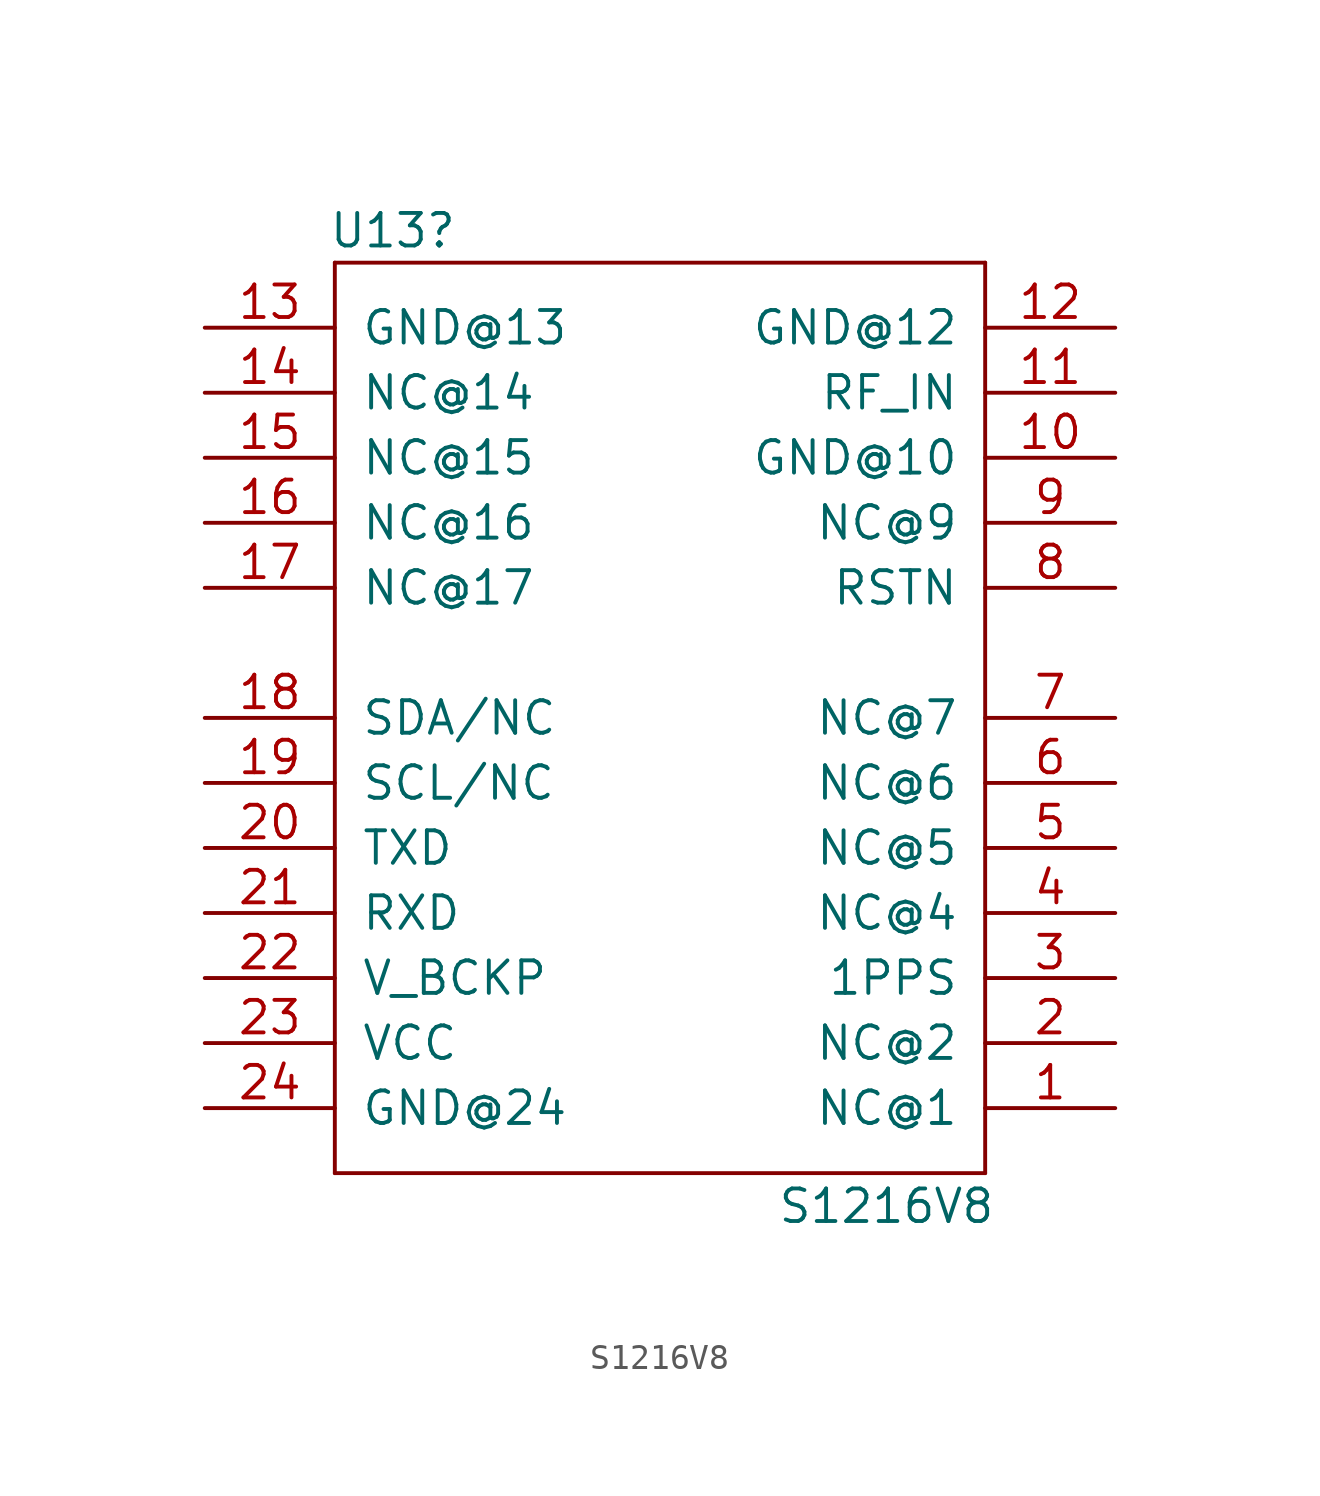
<source format=kicad_sym>
(kicad_symbol_lib
  (version 20231120)
  (generator "kicad_symbol_editor")
  (generator_version "8.0")
  (symbol "S1216V8"
    (pin_names
      (offset 1.016))
    (property "Reference" "U13"
      (at -12.954 18.288 0)
      (effects (font (size 1.27 1.27)) (justify left bottom)))
    (property "Value" "S1216V8"
      (at 4.572 -19.812 0)
      (effects (font (size 1.27 1.27)) (justify left bottom)))
    (property "ki_locked" ""
      (at 0 0 0)
      (effects (font (size 1.27 1.27))))
    (symbol "S1216V8_1_0"
      (polyline (pts (xy -12.7 -17.78) (xy 12.7 -17.78)) (stroke (width 0) (type solid)) (fill (type none)))
      (polyline (pts (xy -12.7 17.78) (xy -12.7 -17.78)) (stroke (width 0) (type solid)) (fill (type none)))
      (polyline (pts (xy 12.7 -17.78) (xy 12.7 17.78)) (stroke (width 0) (type solid)) (fill (type none)))
      (polyline (pts (xy 12.7 17.78) (xy -12.7 17.78)) (stroke (width 0) (type solid)) (fill (type none)))
      (pin bidirectional line (at 17.78 -15.24 180) (length 5.08) (name "NC@1" (effects (font (size 1.27 1.27)))) (number "1" (effects (font (size 1.27 1.27)))))
      (pin bidirectional line (at 17.78 10.16 180) (length 5.08) (name "GND@10" (effects (font (size 1.27 1.27)))) (number "10" (effects (font (size 1.27 1.27)))))
      (pin bidirectional line (at 17.78 12.7 180) (length 5.08) (name "RF_IN" (effects (font (size 1.27 1.27)))) (number "11" (effects (font (size 1.27 1.27)))))
      (pin bidirectional line (at 17.78 15.24 180) (length 5.08) (name "GND@12" (effects (font (size 1.27 1.27)))) (number "12" (effects (font (size 1.27 1.27)))))
      (pin bidirectional line (at -17.78 15.24 0) (length 5.08) (name "GND@13" (effects (font (size 1.27 1.27)))) (number "13" (effects (font (size 1.27 1.27)))))
      (pin bidirectional line (at -17.78 12.7 0) (length 5.08) (name "NC@14" (effects (font (size 1.27 1.27)))) (number "14" (effects (font (size 1.27 1.27)))))
      (pin bidirectional line (at -17.78 10.16 0) (length 5.08) (name "NC@15" (effects (font (size 1.27 1.27)))) (number "15" (effects (font (size 1.27 1.27)))))
      (pin bidirectional line (at -17.78 7.62 0) (length 5.08) (name "NC@16" (effects (font (size 1.27 1.27)))) (number "16" (effects (font (size 1.27 1.27)))))
      (pin bidirectional line (at -17.78 5.08 0) (length 5.08) (name "NC@17" (effects (font (size 1.27 1.27)))) (number "17" (effects (font (size 1.27 1.27)))))
      (pin bidirectional line (at -17.78 0 0) (length 5.08) (name "SDA/NC" (effects (font (size 1.27 1.27)))) (number "18" (effects (font (size 1.27 1.27)))))
      (pin bidirectional line (at -17.78 -2.54 0) (length 5.08) (name "SCL/NC" (effects (font (size 1.27 1.27)))) (number "19" (effects (font (size 1.27 1.27)))))
      (pin bidirectional line (at 17.78 -12.7 180) (length 5.08) (name "NC@2" (effects (font (size 1.27 1.27)))) (number "2" (effects (font (size 1.27 1.27)))))
      (pin bidirectional line (at -17.78 -5.08 0) (length 5.08) (name "TXD" (effects (font (size 1.27 1.27)))) (number "20" (effects (font (size 1.27 1.27)))))
      (pin bidirectional line (at -17.78 -7.62 0) (length 5.08) (name "RXD" (effects (font (size 1.27 1.27)))) (number "21" (effects (font (size 1.27 1.27)))))
      (pin bidirectional line (at -17.78 -10.16 0) (length 5.08) (name "V_BCKP" (effects (font (size 1.27 1.27)))) (number "22" (effects (font (size 1.27 1.27)))))
      (pin bidirectional line (at -17.78 -12.7 0) (length 5.08) (name "VCC" (effects (font (size 1.27 1.27)))) (number "23" (effects (font (size 1.27 1.27)))))
      (pin bidirectional line (at -17.78 -15.24 0) (length 5.08) (name "GND@24" (effects (font (size 1.27 1.27)))) (number "24" (effects (font (size 1.27 1.27)))))
      (pin bidirectional line (at 17.78 -10.16 180) (length 5.08) (name "1PPS" (effects (font (size 1.27 1.27)))) (number "3" (effects (font (size 1.27 1.27)))))
      (pin bidirectional line (at 17.78 -7.62 180) (length 5.08) (name "NC@4" (effects (font (size 1.27 1.27)))) (number "4" (effects (font (size 1.27 1.27)))))
      (pin bidirectional line (at 17.78 -5.08 180) (length 5.08) (name "NC@5" (effects (font (size 1.27 1.27)))) (number "5" (effects (font (size 1.27 1.27)))))
      (pin bidirectional line (at 17.78 -2.54 180) (length 5.08) (name "NC@6" (effects (font (size 1.27 1.27)))) (number "6" (effects (font (size 1.27 1.27)))))
      (pin bidirectional line (at 17.78 0 180) (length 5.08) (name "NC@7" (effects (font (size 1.27 1.27)))) (number "7" (effects (font (size 1.27 1.27)))))
      (pin bidirectional line (at 17.78 5.08 180) (length 5.08) (name "RSTN" (effects (font (size 1.27 1.27)))) (number "8" (effects (font (size 1.27 1.27)))))
      (pin bidirectional line (at 17.78 7.62 180) (length 5.08) (name "NC@9" (effects (font (size 1.27 1.27)))) (number "9" (effects (font (size 1.27 1.27))))))))
</source>
